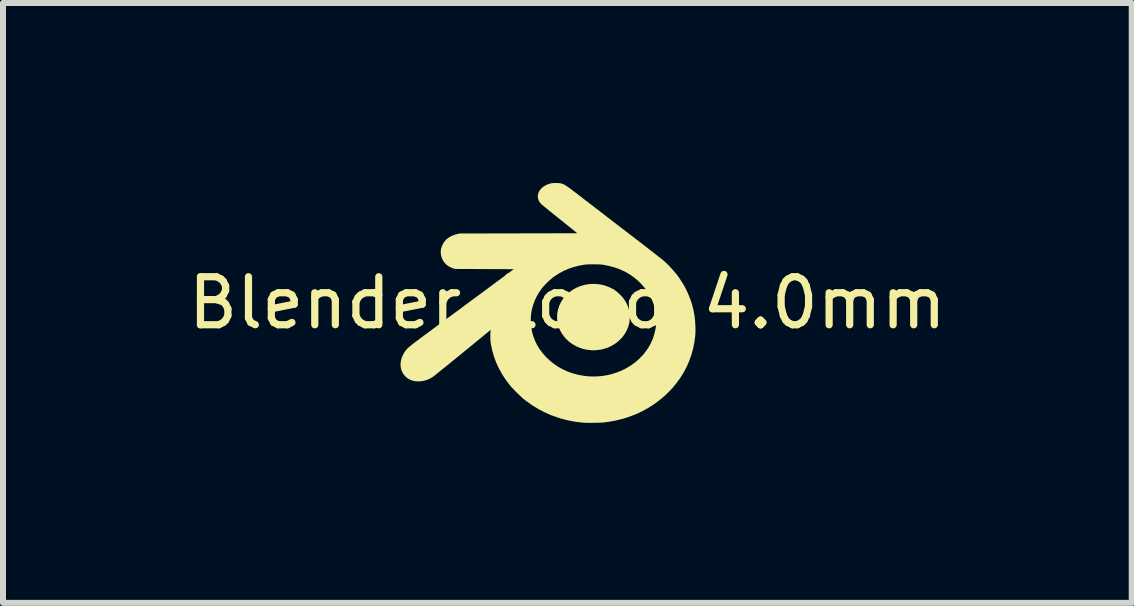
<source format=kicad_pcb>
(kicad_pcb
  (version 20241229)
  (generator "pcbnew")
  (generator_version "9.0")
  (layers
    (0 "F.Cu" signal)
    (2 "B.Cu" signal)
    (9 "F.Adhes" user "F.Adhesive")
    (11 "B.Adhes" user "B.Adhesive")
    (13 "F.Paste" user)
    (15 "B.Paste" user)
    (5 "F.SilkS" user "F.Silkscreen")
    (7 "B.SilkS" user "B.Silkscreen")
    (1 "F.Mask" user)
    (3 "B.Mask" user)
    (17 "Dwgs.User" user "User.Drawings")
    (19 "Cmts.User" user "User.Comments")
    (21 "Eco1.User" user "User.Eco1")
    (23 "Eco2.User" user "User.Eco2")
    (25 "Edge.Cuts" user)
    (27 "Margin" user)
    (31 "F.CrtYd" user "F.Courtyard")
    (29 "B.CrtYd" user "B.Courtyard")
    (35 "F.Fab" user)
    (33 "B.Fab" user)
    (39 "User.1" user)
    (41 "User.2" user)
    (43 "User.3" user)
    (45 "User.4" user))
  (footprint "Blender Logo 4.0mm"
    (layer "F.Cu")
    (at 6.405 1.998)
    (property "Reference" "Blender Logo 4.0mm" (at 0 0 180) (layer "F.SilkS") (effects (font (size 0.8 0.8) (thickness 0.12))))
    (attr board_only exclude_from_pos_files exclude_from_bom)
    (fp_poly (pts (xy 0.476 -0.316) (xy 0.543 -0.309) (xy 0.61 -0.294) (xy 0.641 -0.284) (xy 0.703 -0.26) (xy 0.76 -0.231) (xy 0.813 -0.196) (xy 0.862 -0.154) (xy 0.881 -0.136) (xy 0.925 -0.088) (xy 0.961 -0.037) (xy 0.991 0.016) (xy 1.014 0.073) (xy 1.031 0.134) (xy 1.031 0.134) (xy 1.034 0.154) (xy 1.037 0.18) (xy 1.038 0.209) (xy 1.038 0.239) (xy 1.038 0.27) (xy 1.037 0.297) (xy 1.034 0.32) (xy 1.033 0.328) (xy 1.017 0.389) (xy 0.994 0.447) (xy 0.965 0.502) (xy 0.93 0.554) (xy 0.889 0.601) (xy 0.843 0.644) (xy 0.792 0.682) (xy 0.737 0.715) (xy 0.678 0.743) (xy 0.615 0.764) (xy 0.568 0.776) (xy 0.55 0.779) (xy 0.528 0.782) (xy 0.504 0.785) (xy 0.48 0.787) (xy 0.458 0.789) (xy 0.439 0.79) (xy 0.426 0.79) (xy 0.426 0.79) (xy 0.416 0.789) (xy 0.403 0.789) (xy 0.397 0.788) (xy 0.329 0.781) (xy 0.264 0.767) (xy 0.202 0.746) (xy 0.14 0.719) (xy 0.138 0.717) (xy 0.081 0.685) (xy 0.03 0.647) (xy -0.017 0.605) (xy -0.057 0.559) (xy -0.092 0.509) (xy -0.121 0.457) (xy -0.143 0.403) (xy -0.159 0.346) (xy -0.169 0.288) (xy -0.172 0.23) (xy -0.168 0.17) (xy -0.156 0.111) (xy -0.137 0.052) (xy -0.133 0.04) (xy -0.106 -0.015) (xy -0.073 -0.067) (xy -0.033 -0.116) (xy -0.01 -0.14) (xy 0.04 -0.184) (xy 0.094 -0.222) (xy 0.152 -0.254) (xy 0.213 -0.279) (xy 0.276 -0.298) (xy 0.342 -0.311) (xy 0.408 -0.317)) (stroke (width 0) (type solid)) (fill yes) (layer "F.SilkS"))
    (fp_poly (pts (xy -0.178 -1.998) (xy -0.15 -1.997) (xy -0.124 -1.994) (xy -0.106 -1.991) (xy -0.096 -1.988) (xy -0.087 -1.986) (xy -0.077 -1.983) (xy -0.068 -1.979) (xy -0.058 -1.974) (xy -0.047 -1.968) (xy -0.034 -1.961) (xy -0.019 -1.951) (xy -0.003 -1.94) (xy 0.017 -1.927) (xy 0.039 -1.911) (xy 0.064 -1.892) (xy 0.093 -1.87) (xy 0.127 -1.845) (xy 0.165 -1.816) (xy 0.207 -1.783) (xy 0.255 -1.746) (xy 0.309 -1.705) (xy 0.318 -1.698) (xy 0.362 -1.664) (xy 0.412 -1.626) (xy 0.466 -1.584) (xy 0.524 -1.54) (xy 0.585 -1.493) (xy 0.648 -1.444) (xy 0.713 -1.394) (xy 0.779 -1.343) (xy 0.845 -1.292) (xy 0.911 -1.242) (xy 0.975 -1.193) (xy 1.037 -1.145) (xy 1.096 -1.1) (xy 1.149 -1.059) (xy 1.201 -1.019) (xy 1.251 -0.981) (xy 1.299 -0.944) (xy 1.345 -0.908) (xy 1.388 -0.874) (xy 1.429 -0.843) (xy 1.465 -0.815) (xy 1.498 -0.789) (xy 1.527 -0.766) (xy 1.551 -0.747) (xy 1.571 -0.732) (xy 1.585 -0.721) (xy 1.593 -0.714) (xy 1.593 -0.714) (xy 1.64 -0.672) (xy 1.688 -0.625) (xy 1.736 -0.574) (xy 1.782 -0.522) (xy 1.825 -0.47) (xy 1.86 -0.422) (xy 1.914 -0.341) (xy 1.963 -0.256) (xy 2.006 -0.167) (xy 2.043 -0.076) (xy 2.075 0.016) (xy 2.099 0.108) (xy 2.109 0.158) (xy 2.118 0.21) (xy 2.125 0.267) (xy 2.13 0.325) (xy 2.133 0.384) (xy 2.135 0.44) (xy 2.134 0.494) (xy 2.131 0.542) (xy 2.131 0.545) (xy 2.117 0.653) (xy 2.096 0.758) (xy 2.068 0.861) (xy 2.033 0.961) (xy 1.991 1.058) (xy 1.942 1.152) (xy 1.886 1.243) (xy 1.822 1.331) (xy 1.753 1.416) (xy 1.699 1.474) (xy 1.616 1.553) (xy 1.529 1.626) (xy 1.438 1.693) (xy 1.342 1.753) (xy 1.242 1.808) (xy 1.139 1.856) (xy 1.031 1.897) (xy 0.92 1.932) (xy 0.806 1.96) (xy 0.689 1.981) (xy 0.631 1.989) (xy 0.608 1.991) (xy 0.586 1.994) (xy 0.563 1.995) (xy 0.537 1.996) (xy 0.508 1.997) (xy 0.474 1.998) (xy 0.434 1.998) (xy 0.434 1.998) (xy 0.401 1.999) (xy 0.369 1.998) (xy 0.339 1.998) (xy 0.313 1.998) (xy 0.291 1.997) (xy 0.274 1.997) (xy 0.269 1.996) (xy 0.182 1.987) (xy 0.101 1.975) (xy 0.024 1.96) (xy -0.051 1.942) (xy -0.127 1.921) (xy -0.163 1.909) (xy -0.273 1.87) (xy -0.379 1.823) (xy -0.482 1.769) (xy -0.581 1.709) (xy -0.677 1.642) (xy -0.719 1.609) (xy -0.744 1.589) (xy -0.772 1.563) (xy -0.803 1.534) (xy -0.835 1.503) (xy -0.867 1.471) (xy -0.898 1.439) (xy -0.926 1.409) (xy -0.95 1.381) (xy -0.965 1.363) (xy -1.031 1.275) (xy -1.09 1.184) (xy -1.141 1.091) (xy -1.185 0.997) (xy -1.221 0.9) (xy -1.25 0.801) (xy -1.272 0.7) (xy -1.277 0.668) (xy -1.281 0.639) (xy -1.283 0.605) (xy -1.284 0.568) (xy -1.284 0.531) (xy -1.283 0.497) (xy -1.281 0.48) (xy -1.278 0.448) (xy -1.308 0.473) (xy -1.338 0.498) (xy -1.372 0.526) (xy -1.409 0.556) (xy -1.448 0.589) (xy -1.49 0.623) (xy -1.534 0.659) (xy -1.58 0.697) (xy -1.627 0.735) (xy -1.675 0.774) (xy -1.723 0.813) (xy -1.772 0.853) (xy -1.82 0.892) (xy -1.867 0.931) (xy -1.914 0.968) (xy -1.958 1.005) (xy -2.002 1.04) (xy -2.042 1.073) (xy -2.081 1.104) (xy -2.116 1.132) (xy -2.148 1.158) (xy -2.176 1.181) (xy -2.2 1.2) (xy -2.219 1.215) (xy -2.234 1.227) (xy -2.243 1.234) (xy -2.246 1.236) (xy -2.292 1.262) (xy -2.341 1.283) (xy -2.391 1.298) (xy -2.442 1.306) (xy -2.492 1.308) (xy -2.541 1.304) (xy -2.587 1.293) (xy -2.592 1.292) (xy -2.628 1.277) (xy -2.66 1.258) (xy -2.691 1.233) (xy -2.701 1.223) (xy -2.73 1.189) (xy -2.753 1.151) (xy -2.769 1.11) (xy -2.778 1.067) (xy -2.78 1.022) (xy -2.776 0.976) (xy -2.765 0.929) (xy -2.747 0.882) (xy -2.723 0.835) (xy -2.714 0.821) (xy -2.706 0.81) (xy -2.699 0.799) (xy -2.691 0.789) (xy -2.682 0.778) (xy -2.673 0.768) (xy -2.661 0.756) (xy -2.648 0.744) (xy -2.632 0.73) (xy -2.614 0.715) (xy -2.593 0.698) (xy -2.568 0.678) (xy -2.539 0.656) (xy -2.506 0.631) (xy -2.469 0.603) (xy -2.426 0.571) (xy -2.378 0.536) (xy -2.324 0.496) (xy -2.323 0.495) (xy -2.287 0.469) (xy -2.246 0.438) (xy -2.199 0.404) (xy -2.149 0.366) (xy -2.094 0.326) (xy -2.08 0.316) (xy -0.61 0.316) (xy -0.608 0.356) (xy -0.605 0.388) (xy -0.591 0.47) (xy -0.57 0.549) (xy -0.542 0.624) (xy -0.508 0.695) (xy -0.467 0.764) (xy -0.418 0.83) (xy -0.362 0.894) (xy -0.353 0.904) (xy -0.289 0.964) (xy -0.22 1.019) (xy -0.147 1.068) (xy -0.07 1.11) (xy 0.01 1.146) (xy 0.094 1.175) (xy 0.18 1.198) (xy 0.268 1.214) (xy 0.359 1.224) (xy 0.451 1.226) (xy 0.545 1.221) (xy 0.566 1.219) (xy 0.654 1.206) (xy 0.74 1.186) (xy 0.824 1.159) (xy 0.905 1.127) (xy 0.983 1.088) (xy 1.056 1.043) (xy 1.126 0.993) (xy 1.19 0.938) (xy 1.249 0.878) (xy 1.276 0.847) (xy 1.324 0.784) (xy 1.364 0.721) (xy 1.398 0.657) (xy 1.427 0.59) (xy 1.449 0.519) (xy 1.453 0.505) (xy 1.47 0.426) (xy 1.479 0.348) (xy 1.481 0.269) (xy 1.475 0.19) (xy 1.462 0.112) (xy 1.442 0.036) (xy 1.415 -0.039) (xy 1.38 -0.111) (xy 1.339 -0.181) (xy 1.338 -0.182) (xy 1.287 -0.252) (xy 1.231 -0.317) (xy 1.169 -0.377) (xy 1.103 -0.431) (xy 1.031 -0.48) (xy 0.955 -0.523) (xy 0.874 -0.56) (xy 0.789 -0.591) (xy 0.7 -0.615) (xy 0.607 -0.634) (xy 0.581 -0.638) (xy 0.565 -0.64) (xy 0.542 -0.641) (xy 0.515 -0.642) (xy 0.484 -0.643) (xy 0.451 -0.643) (xy 0.417 -0.643) (xy 0.384 -0.643) (xy 0.354 -0.642) (xy 0.326 -0.641) (xy 0.304 -0.64) (xy 0.29 -0.638) (xy 0.195 -0.621) (xy 0.105 -0.598) (xy 0.019 -0.569) (xy -0.063 -0.533) (xy -0.141 -0.491) (xy -0.216 -0.442) (xy -0.242 -0.423) (xy -0.265 -0.404) (xy -0.292 -0.382) (xy -0.319 -0.356) (xy -0.348 -0.328) (xy -0.375 -0.3) (xy -0.399 -0.274) (xy -0.419 -0.25) (xy -0.429 -0.238) (xy -0.476 -0.17) (xy -0.515 -0.101) (xy -0.547 -0.031) (xy -0.573 0.042) (xy -0.593 0.118) (xy -0.599 0.152) (xy -0.604 0.188) (xy -0.608 0.229) (xy -0.61 0.273) (xy -0.61 0.316) (xy -2.08 0.316) (xy -2.036 0.283) (xy -1.975 0.238) (xy -1.911 0.191) (xy -1.846 0.143) (xy -1.78 0.094) (xy -1.713 0.044) (xy -1.646 -0.005) (xy -1.58 -0.055) (xy -1.514 -0.103) (xy -1.461 -0.142) (xy -0.894 -0.562) (xy -1.383 -0.564) (xy -1.872 -0.566) (xy -1.9 -0.575) (xy -1.931 -0.587) (xy -1.962 -0.601) (xy -1.99 -0.618) (xy -2.007 -0.631) (xy -2.04 -0.662) (xy -2.066 -0.697) (xy -2.087 -0.736) (xy -2.101 -0.776) (xy -2.109 -0.818) (xy -2.111 -0.861) (xy -2.105 -0.903) (xy -2.104 -0.904) (xy -2.089 -0.951) (xy -2.068 -0.994) (xy -2.041 -1.032) (xy -2.008 -1.066) (xy -1.968 -1.095) (xy -1.923 -1.119) (xy -1.872 -1.138) (xy -1.833 -1.149) (xy -1.795 -1.157) (xy -0.815 -1.159) (xy 0.165 -1.161) (xy 0.025 -1.275) (xy -0.01 -1.302) (xy -0.048 -1.333) (xy -0.09 -1.367) (xy -0.133 -1.401) (xy -0.176 -1.436) (xy -0.217 -1.469) (xy -0.255 -1.499) (xy -0.268 -1.51) (xy -0.299 -1.534) (xy -0.328 -1.558) (xy -0.356 -1.581) (xy -0.381 -1.601) (xy -0.402 -1.619) (xy -0.42 -1.635) (xy -0.434 -1.646) (xy -0.442 -1.654) (xy -0.442 -1.654) (xy -0.466 -1.684) (xy -0.482 -1.716) (xy -0.491 -1.749) (xy -0.493 -1.784) (xy -0.487 -1.819) (xy -0.474 -1.853) (xy -0.454 -1.885) (xy -0.428 -1.914) (xy -0.395 -1.94) (xy -0.357 -1.963) (xy -0.313 -1.981) (xy -0.28 -1.991) (xy -0.261 -1.995) (xy -0.236 -1.997) (xy -0.208 -1.998)) (stroke (width 0) (type solid)) (fill yes) (layer "F.SilkS")))
  (gr_rect
    (start -3 -3)
    (end 15.81 6.997)
    (stroke (width 0.1) (type default))
    (fill no)
    (layer "Edge.Cuts")))
</source>
